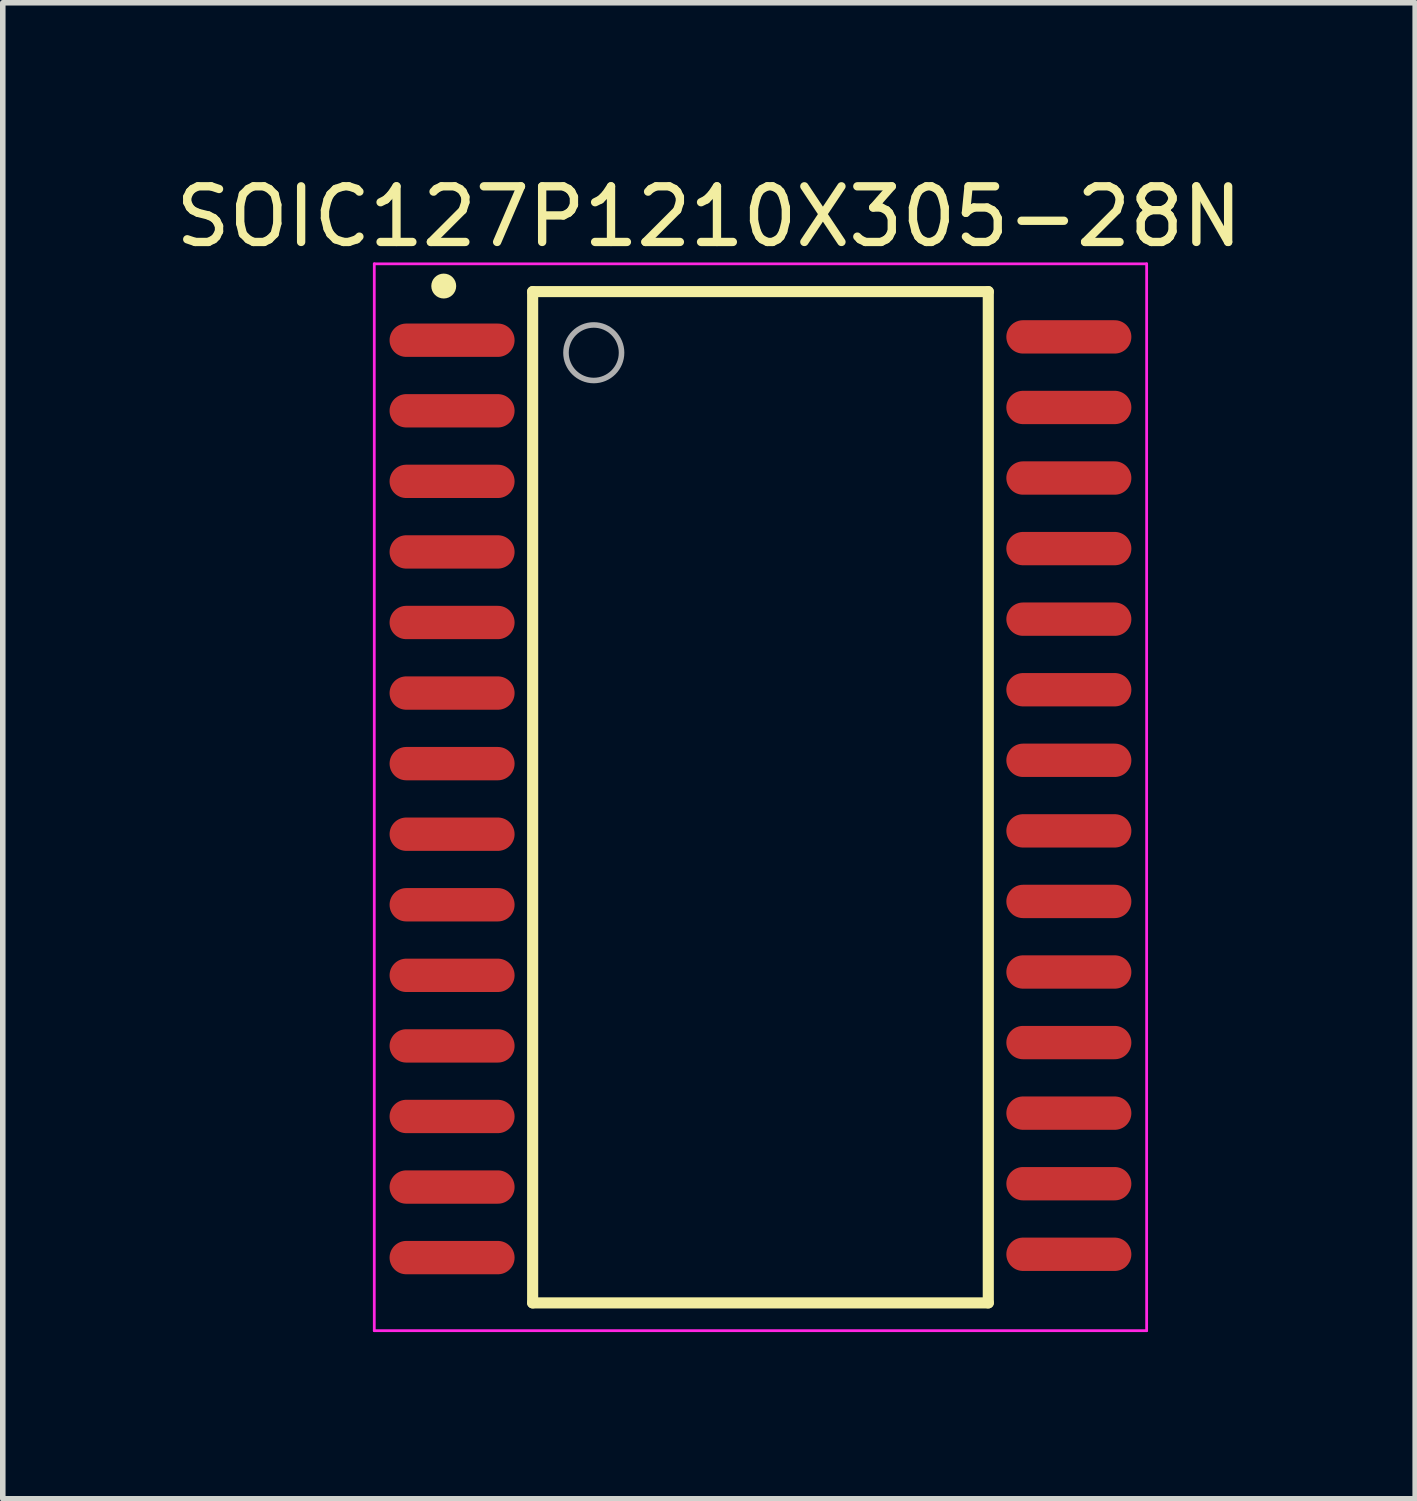
<source format=kicad_pcb>
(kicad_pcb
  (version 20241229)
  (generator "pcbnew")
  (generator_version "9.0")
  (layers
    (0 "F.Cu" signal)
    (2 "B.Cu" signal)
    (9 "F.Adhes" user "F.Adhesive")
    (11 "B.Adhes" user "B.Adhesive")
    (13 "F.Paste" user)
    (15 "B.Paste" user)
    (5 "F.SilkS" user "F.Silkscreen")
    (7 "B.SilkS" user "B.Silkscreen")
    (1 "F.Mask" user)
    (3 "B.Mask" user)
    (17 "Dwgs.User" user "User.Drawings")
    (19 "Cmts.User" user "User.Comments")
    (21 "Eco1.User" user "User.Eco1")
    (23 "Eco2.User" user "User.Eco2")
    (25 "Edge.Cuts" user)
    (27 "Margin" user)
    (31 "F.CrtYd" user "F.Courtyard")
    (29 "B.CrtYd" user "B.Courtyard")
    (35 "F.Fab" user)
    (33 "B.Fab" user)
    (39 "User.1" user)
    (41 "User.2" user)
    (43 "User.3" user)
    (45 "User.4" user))
  (footprint "SOIC127P1210X305-28N"
    (layer "F.Cu")
    (at 10.636 11.298)
    (property "Reference" "SOIC127P1210X305-28N" (at -0.926 -10.449 0) (layer "F.SilkS") (effects (font (size 1.001 1.001) (thickness 0.15))))
    (attr through_hole)
    (fp_line (start -4.1 -9.1) (end 4.1 -9.1) (stroke (width 0.2) (type solid)) (layer "F.SilkS"))
    (fp_line (start -4.1 9.1) (end -4.1 -9.1) (stroke (width 0.2) (type solid)) (layer "F.SilkS"))
    (fp_line (start 4.1 -9.1) (end 4.1 9.1) (stroke (width 0.2) (type solid)) (layer "F.SilkS"))
    (fp_line (start 4.1 9.1) (end -4.1 9.1) (stroke (width 0.2) (type solid)) (layer "F.SilkS"))
    (fp_circle (center -5.7 -9.2) (end -5.476 -9.2) (stroke (width 0) (type solid)) (fill yes) (layer "F.SilkS"))
    (fp_line (start -6.95 -9.6) (end 6.95 -9.6) (stroke (width 0.05) (type solid)) (layer "F.CrtYd"))
    (fp_line (start -6.95 9.6) (end -6.95 -9.6) (stroke (width 0.05) (type solid)) (layer "F.CrtYd"))
    (fp_line (start 6.95 -9.6) (end 6.95 9.6) (stroke (width 0.05) (type solid)) (layer "F.CrtYd"))
    (fp_line (start 6.95 9.6) (end -6.95 9.6) (stroke (width 0.05) (type solid)) (layer "F.CrtYd"))
    (fp_circle (center -3 -8) (end -2.5 -8) (stroke (width 0.1) (type solid)) (fill no) (layer "F.Fab"))
    (pad "1" smd oval (at -5.55 -8.225) (size 2.25 0.6) (layers "F.Cu" "F.Mask" "F.Paste"))
    (pad "2" smd oval (at -5.55 -6.955) (size 2.25 0.6) (layers "F.Cu" "F.Mask" "F.Paste"))
    (pad "3" smd oval (at -5.55 -5.685) (size 2.25 0.6) (layers "F.Cu" "F.Mask" "F.Paste"))
    (pad "4" smd oval (at -5.55 -4.415) (size 2.25 0.6) (layers "F.Cu" "F.Mask" "F.Paste"))
    (pad "5" smd oval (at -5.55 -3.145) (size 2.25 0.6) (layers "F.Cu" "F.Mask" "F.Paste"))
    (pad "6" smd oval (at -5.55 -1.875) (size 2.25 0.6) (layers "F.Cu" "F.Mask" "F.Paste"))
    (pad "7" smd oval (at -5.55 -0.605) (size 2.25 0.6) (layers "F.Cu" "F.Mask" "F.Paste"))
    (pad "8" smd oval (at -5.55 0.665) (size 2.25 0.6) (layers "F.Cu" "F.Mask" "F.Paste"))
    (pad "9" smd oval (at -5.55 1.935) (size 2.25 0.6) (layers "F.Cu" "F.Mask" "F.Paste"))
    (pad "10" smd oval (at -5.55 3.205) (size 2.25 0.6) (layers "F.Cu" "F.Mask" "F.Paste"))
    (pad "11" smd oval (at -5.55 4.475) (size 2.25 0.6) (layers "F.Cu" "F.Mask" "F.Paste"))
    (pad "12" smd oval (at -5.55 5.745) (size 2.25 0.6) (layers "F.Cu" "F.Mask" "F.Paste"))
    (pad "13" smd oval (at -5.55 7.015) (size 2.25 0.6) (layers "F.Cu" "F.Mask" "F.Paste"))
    (pad "14" smd oval (at -5.55 8.285) (size 2.25 0.6) (layers "F.Cu" "F.Mask" "F.Paste"))
    (pad "15" smd oval (at 5.55 8.225 180) (size 2.25 0.6) (layers "F.Cu" "F.Mask" "F.Paste"))
    (pad "16" smd oval (at 5.55 6.955 180) (size 2.25 0.6) (layers "F.Cu" "F.Mask" "F.Paste"))
    (pad "17" smd oval (at 5.55 5.685 180) (size 2.25 0.6) (layers "F.Cu" "F.Mask" "F.Paste"))
    (pad "18" smd oval (at 5.55 4.415 180) (size 2.25 0.6) (layers "F.Cu" "F.Mask" "F.Paste"))
    (pad "19" smd oval (at 5.55 3.145 180) (size 2.25 0.6) (layers "F.Cu" "F.Mask" "F.Paste"))
    (pad "20" smd oval (at 5.55 1.875 180) (size 2.25 0.6) (layers "F.Cu" "F.Mask" "F.Paste"))
    (pad "21" smd oval (at 5.55 0.605 180) (size 2.25 0.6) (layers "F.Cu" "F.Mask" "F.Paste"))
    (pad "22" smd oval (at 5.55 -0.665 180) (size 2.25 0.6) (layers "F.Cu" "F.Mask" "F.Paste"))
    (pad "23" smd oval (at 5.55 -1.935 180) (size 2.25 0.6) (layers "F.Cu" "F.Mask" "F.Paste"))
    (pad "24" smd oval (at 5.55 -3.205 180) (size 2.25 0.6) (layers "F.Cu" "F.Mask" "F.Paste"))
    (pad "25" smd oval (at 5.55 -4.475 180) (size 2.25 0.6) (layers "F.Cu" "F.Mask" "F.Paste"))
    (pad "26" smd oval (at 5.55 -5.745 180) (size 2.25 0.6) (layers "F.Cu" "F.Mask" "F.Paste"))
    (pad "27" smd oval (at 5.55 -7.015 180) (size 2.25 0.6) (layers "F.Cu" "F.Mask" "F.Paste"))
    (pad "28" smd oval (at 5.55 -8.285 180) (size 2.25 0.6) (layers "F.Cu" "F.Mask" "F.Paste")))
  (gr_rect
    (start -3 -3)
    (end 22.419 23.923)
    (stroke (width 0.1) (type default))
    (fill no)
    (layer "Edge.Cuts")))
</source>
